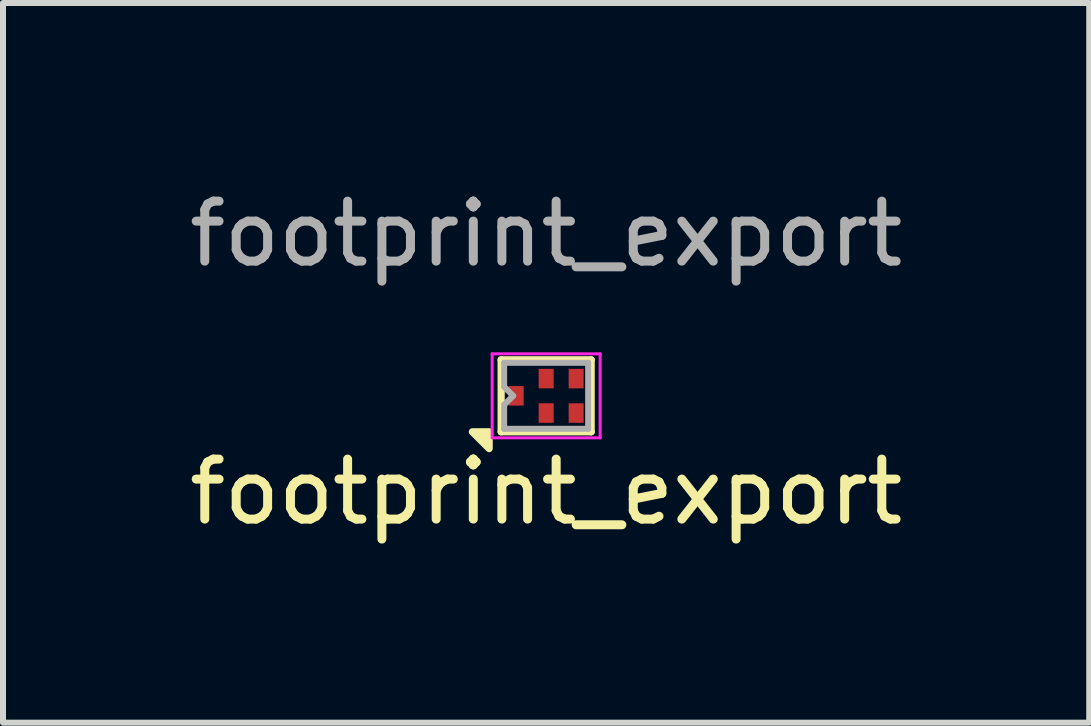
<source format=kicad_pcb>
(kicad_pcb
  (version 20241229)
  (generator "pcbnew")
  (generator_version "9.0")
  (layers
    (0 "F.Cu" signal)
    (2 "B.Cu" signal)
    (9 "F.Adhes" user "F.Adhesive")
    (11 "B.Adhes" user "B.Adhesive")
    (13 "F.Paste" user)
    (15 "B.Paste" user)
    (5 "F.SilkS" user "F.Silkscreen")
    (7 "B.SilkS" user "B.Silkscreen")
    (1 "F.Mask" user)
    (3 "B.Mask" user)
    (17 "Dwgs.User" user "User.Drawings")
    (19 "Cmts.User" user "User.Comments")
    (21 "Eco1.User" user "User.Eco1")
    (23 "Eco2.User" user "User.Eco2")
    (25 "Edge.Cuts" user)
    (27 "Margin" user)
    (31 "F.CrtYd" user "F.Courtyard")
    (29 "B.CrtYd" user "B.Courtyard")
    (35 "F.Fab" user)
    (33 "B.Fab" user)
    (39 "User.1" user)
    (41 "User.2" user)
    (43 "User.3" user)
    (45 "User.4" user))
  (footprint "footprint_export"
    (layer "F.Cu")
    (at 6.054 3.548)
    (property "Reference" "footprint_export" (at 0 1.6 0) (layer "F.SilkS") (effects (font (size 1 1) (thickness 0.15))))
    (attr smd)
    (fp_line (start -0.75 -0.6) (end -0.75 0.6) (stroke (width 0.12) (type solid)) (layer "F.SilkS"))
    (fp_line (start -0.75 0.6) (end 0.75 0.6) (stroke (width 0.12) (type solid)) (layer "F.SilkS"))
    (fp_line (start 0.75 -0.6) (end -0.75 -0.6) (stroke (width 0.12) (type solid)) (layer "F.SilkS"))
    (fp_line (start 0.75 0.6) (end 0.75 -0.6) (stroke (width 0.12) (type solid)) (layer "F.SilkS"))
    (fp_poly (pts (xy -0.95 0.6) (xy -0.95 0.88) (xy -1.23 0.6) (xy -0.95 0.6)) (stroke (width 0.12) (type solid)) (fill yes) (layer "F.SilkS"))
    (fp_line (start -0.9 -0.7) (end 0.9 -0.7) (stroke (width 0.05) (type solid)) (layer "F.CrtYd"))
    (fp_line (start -0.9 0.7) (end -0.9 -0.7) (stroke (width 0.05) (type solid)) (layer "F.CrtYd"))
    (fp_line (start 0.9 -0.7) (end 0.9 0.7) (stroke (width 0.05) (type solid)) (layer "F.CrtYd"))
    (fp_line (start 0.9 0.7) (end -0.9 0.7) (stroke (width 0.05) (type solid)) (layer "F.CrtYd"))
    (fp_line (start -0.7 -0.55) (end -0.7 -0.15) (stroke (width 0.1) (type solid)) (layer "F.Fab"))
    (fp_line (start -0.7 -0.55) (end 0.7 -0.55) (stroke (width 0.1) (type solid)) (layer "F.Fab"))
    (fp_line (start -0.7 -0.15) (end -0.55 0) (stroke (width 0.1) (type solid)) (layer "F.Fab"))
    (fp_line (start -0.7 0.15) (end -0.7 0.55) (stroke (width 0.1) (type solid)) (layer "F.Fab"))
    (fp_line (start -0.55 0) (end -0.7 0.15) (stroke (width 0.1) (type solid)) (layer "F.Fab"))
    (fp_line (start 0.7 -0.55) (end 0.7 0.55) (stroke (width 0.1) (type solid)) (layer "F.Fab"))
    (fp_line (start 0.7 0.55) (end -0.7 0.55) (stroke (width 0.1) (type solid)) (layer "F.Fab"))
    (fp_text user "${REFERENCE}" (at 0 -2.7 0) (layer "F.Fab") (effects (font (size 1 1) (thickness 0.15))))
    (pad "1" smd rect (at -0.5 0 90) (size 0.325 0.25) (layers "F.Cu" "F.Mask" "F.Paste"))
    (pad "2" smd rect (at 0 0.287 90) (size 0.325 0.25) (layers "F.Cu" "F.Mask" "F.Paste"))
    (pad "3" smd rect (at 0.5 0.287 90) (size 0.325 0.25) (layers "F.Cu" "F.Mask" "F.Paste"))
    (pad "4" smd rect (at 0.5 -0.287 90) (size 0.325 0.25) (layers "F.Cu" "F.Mask" "F.Paste"))
    (pad "5" smd rect (at 0 -0.287 90) (size 0.325 0.25) (layers "F.Cu" "F.Mask" "F.Paste")))
  (gr_rect
    (start -3 -3)
    (end 15.107 8.996)
    (stroke (width 0.1) (type default))
    (fill no)
    (layer "Edge.Cuts")))
</source>
